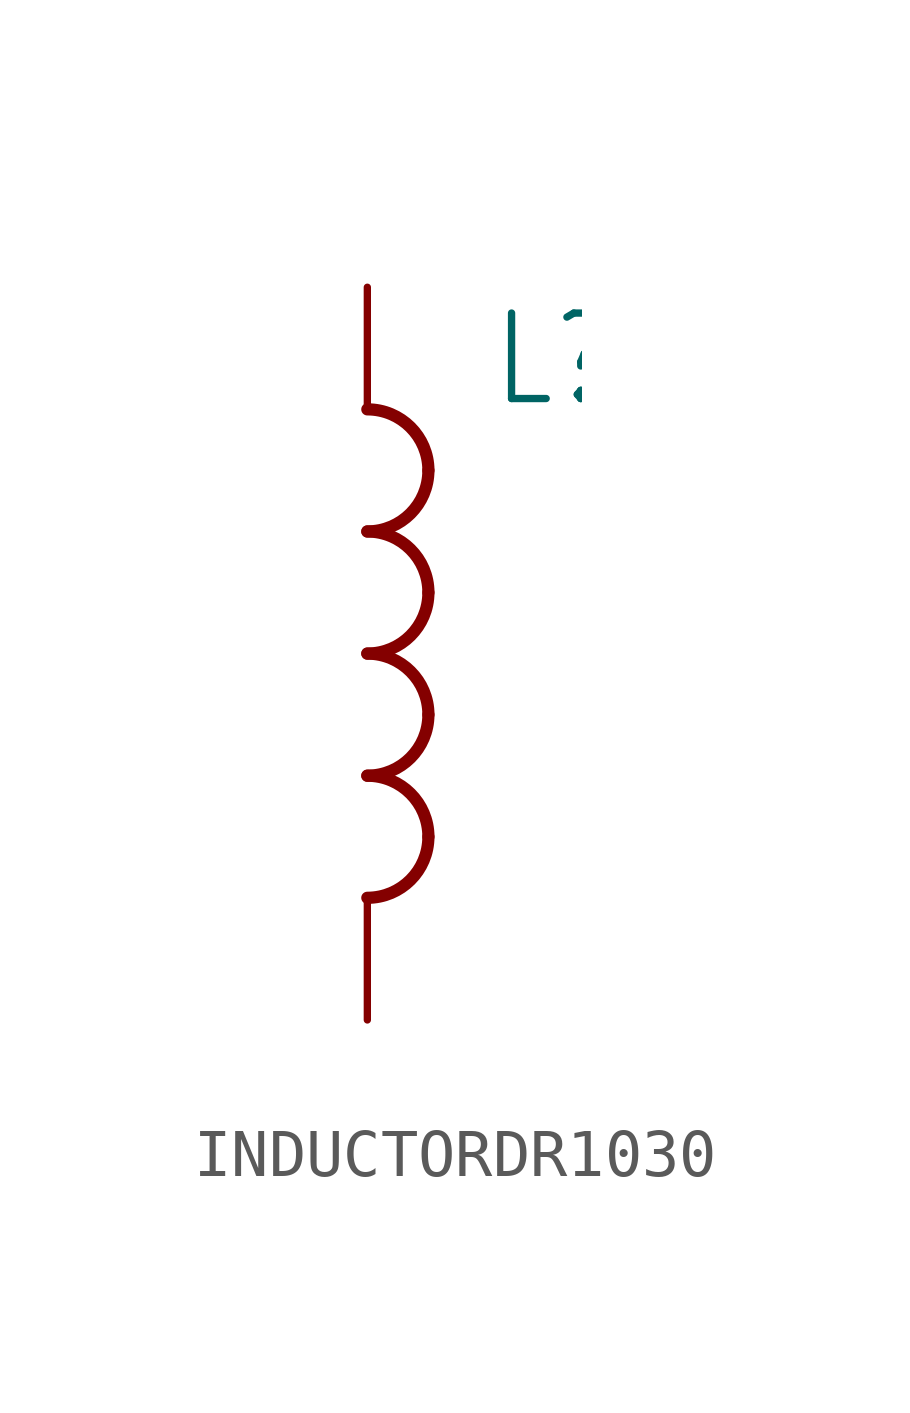
<source format=kicad_sym>
(kicad_symbol_lib
  (version 20241209)
  (generator "kicad_symbol_editor")
  (generator_version "9.0")
  (symbol "INDUCTORDR1030"
    (property "Reference" "L"
      (at 2.54 5.08 0)
      (effects (font (size 1.778 1.511)) (justify left bottom)))
    (property "Value" ""
      (at 2.54 -5.08 0)
      (effects (font (size 1.778 1.511)) (justify left bottom)))
    (property "ki_locked" ""
      (at 0 0 0)
      (effects (font (size 1.27 1.27))))
    (symbol "INDUCTORDR1030_1_0"
      (arc (start 0 5.08) (mid 0.898 4.708) (end 1.27 3.81) (stroke (width 0.254) (type solid)) (fill (type none)))
      (arc (start 1.27 3.81) (mid 0.898 2.912) (end 0 2.54) (stroke (width 0.254) (type solid)) (fill (type none)))
      (arc (start 1.27 1.27) (mid 0.898 0.372) (end 0 0) (stroke (width 0.254) (type solid)) (fill (type none)))
      (arc (start 0 2.54) (mid 0.8981 2.168) (end 1.2701 1.2699) (stroke (width 0.254) (type solid)) (fill (type none)))
      (arc (start 1.2701 -1.2699) (mid 0.8981 -2.168) (end 0 -2.54) (stroke (width 0.254) (type solid)) (fill (type none)))
      (arc (start 0 0) (mid 0.898 -0.372) (end 1.27 -1.27) (stroke (width 0.254) (type solid)) (fill (type none)))
      (arc (start 0 -2.54) (mid 0.898 -2.912) (end 1.27 -3.81) (stroke (width 0.254) (type solid)) (fill (type none)))
      (arc (start 1.27 -3.81) (mid 0.898 -4.708) (end 0 -5.08) (stroke (width 0.254) (type solid)) (fill (type none)))
      (pin passive line (at 0 7.62 270) (length 2.54) (name "1" (effects (font (size 0 0)))) (number "1" (effects (font (size 0 0)))))
      (pin passive line (at 0 -7.62 90) (length 2.54) (name "2" (effects (font (size 0 0)))) (number "2" (effects (font (size 0 0))))))))
</source>
